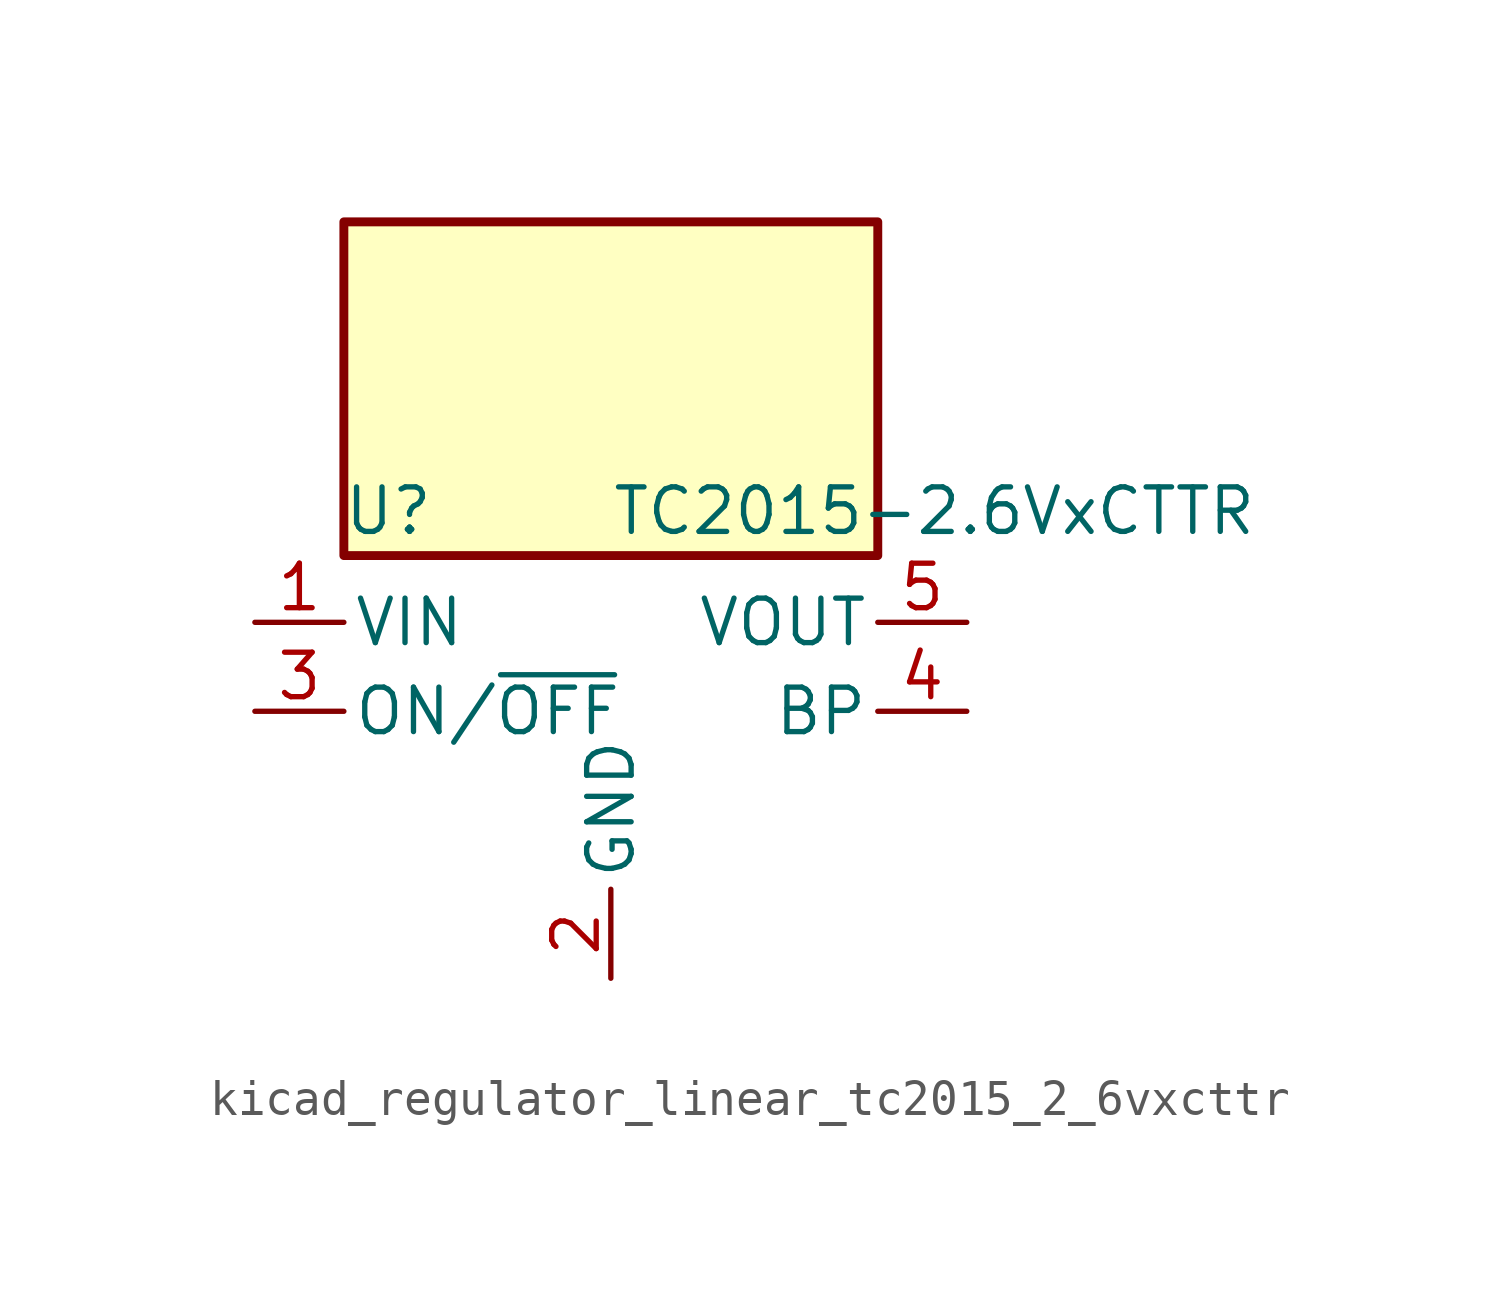
<source format=kicad_sym>
(kicad_symbol_lib
  (version 20220914)
  (generator kicad_symbol_editor)
  (symbol "kicad_regulator_linear_tc2015_2_6vxcttr"
    (pin_names
      (offset 0.254))
    (property "Reference" "U"
      (at -6.35 5.715 0)
      (effects (font (size 1.27 1.27))))
    (property "Value" "TC2015-2.6VxCTTR"
      (at 0 5.715 0)
      (effects (font (size 1.27 1.27)) (justify left)))
    (symbol "kicad_regulator_linear_tc2015_2_6vxcttr_0_1"
      (rectangle (start 7.62 13.97) (end -7.62 4.445) (stroke (width 0.254) (type default)) (fill (type background))))
    (symbol "kicad_regulator_linear_tc2015_2_6vxcttr_1_1"
      (pin power_in line (at -10.16 2.54 0) (length 2.54) (name "VIN" (effects (font (size 1.27 1.27)))) (number "1" (effects (font (size 1.27 1.27)))))
      (pin power_in line (at 0 -7.62 90) (length 2.54) (name "GND" (effects (font (size 1.27 1.27)))) (number "2" (effects (font (size 1.27 1.27)))))
      (pin input line (at -10.16 0 0) (length 2.54) (name "ON/~{OFF}" (effects (font (size 1.27 1.27)))) (number "3" (effects (font (size 1.27 1.27)))))
      (pin input line (at 10.16 0 180) (length 2.54) (name "BP" (effects (font (size 1.27 1.27)))) (number "4" (effects (font (size 1.27 1.27)))))
      (pin power_out line (at 10.16 2.54 180) (length 2.54) (name "VOUT" (effects (font (size 1.27 1.27)))) (number "5" (effects (font (size 1.27 1.27))))))))
</source>
